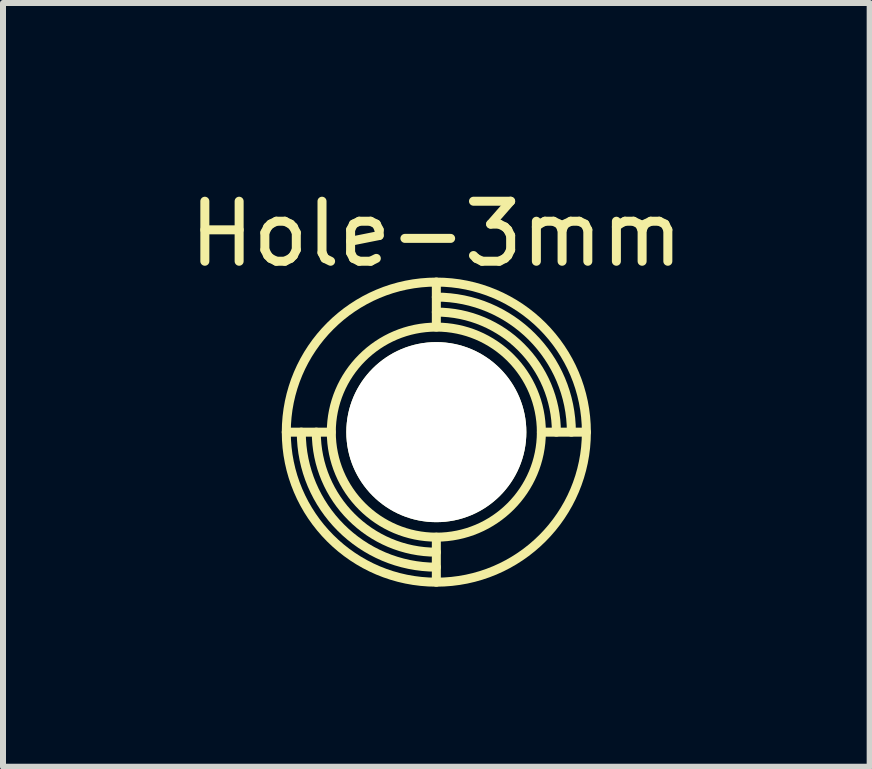
<source format=kicad_pcb>
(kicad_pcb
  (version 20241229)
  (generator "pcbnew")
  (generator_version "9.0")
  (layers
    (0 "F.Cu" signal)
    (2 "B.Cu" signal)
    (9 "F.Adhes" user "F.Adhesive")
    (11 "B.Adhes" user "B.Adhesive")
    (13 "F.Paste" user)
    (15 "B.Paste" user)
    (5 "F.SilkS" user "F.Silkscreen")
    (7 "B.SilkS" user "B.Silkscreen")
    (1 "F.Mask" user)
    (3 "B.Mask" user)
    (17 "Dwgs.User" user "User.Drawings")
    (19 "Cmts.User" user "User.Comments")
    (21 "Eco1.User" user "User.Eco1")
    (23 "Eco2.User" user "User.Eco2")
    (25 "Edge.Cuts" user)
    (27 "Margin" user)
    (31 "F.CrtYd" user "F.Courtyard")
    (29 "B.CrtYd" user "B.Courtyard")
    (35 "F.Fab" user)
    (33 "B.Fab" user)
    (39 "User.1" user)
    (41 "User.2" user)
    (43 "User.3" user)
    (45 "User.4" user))
  (footprint "Hole-3mm"
    (layer "F.Cu")
    (at 4.22 4.15)
    (property "Reference" "Hole-3mm" (at 0 -3.302 0) (layer "F.SilkS") (effects (font (size 1 1) (thickness 0.15))))
    (attr through_hole)
    (fp_line (start -1.75 0) (end -2.5 0) (stroke (width 0.15) (type solid)) (layer "F.SilkS"))
    (fp_line (start 0 -1.75) (end 0 -2.5) (stroke (width 0.15) (type solid)) (layer "F.SilkS"))
    (fp_line (start 0 1.75) (end 0 2.5) (stroke (width 0.15) (type solid)) (layer "F.SilkS"))
    (fp_line (start 1.75 0) (end 2.5 0) (stroke (width 0.15) (type solid)) (layer "F.SilkS"))
    (fp_arc (start 0 -2.25) (mid 1.59099 -1.59099) (end 2.25 0) (stroke (width 0.15) (type solid)) (layer "F.SilkS"))
    (fp_arc (start 0 -2) (mid 1.414214 -1.414214) (end 2 0) (stroke (width 0.15) (type solid)) (layer "F.SilkS"))
    (fp_arc (start 0 2) (mid -1.414214 1.414214) (end -2 0) (stroke (width 0.15) (type solid)) (layer "F.SilkS"))
    (fp_arc (start 0 2.25) (mid -1.59099 1.59099) (end -2.25 0) (stroke (width 0.15) (type solid)) (layer "F.SilkS"))
    (fp_circle (center 0 0) (end 0 -2.5) (stroke (width 0.15) (type solid)) (fill no) (layer "F.SilkS"))
    (fp_circle (center 0 0) (end 0 -1.75) (stroke (width 0.15) (type solid)) (fill no) (layer "F.SilkS"))
    (pad "" np_thru_hole circle (at 0 0) (size 3 3) (drill 3) (layers "*.Cu" "*.Mask" "F.SilkS")))
  (gr_rect
    (start -3 -3)
    (end 11.44 9.725)
    (stroke (width 0.1) (type default))
    (fill no)
    (layer "Edge.Cuts")))
</source>
